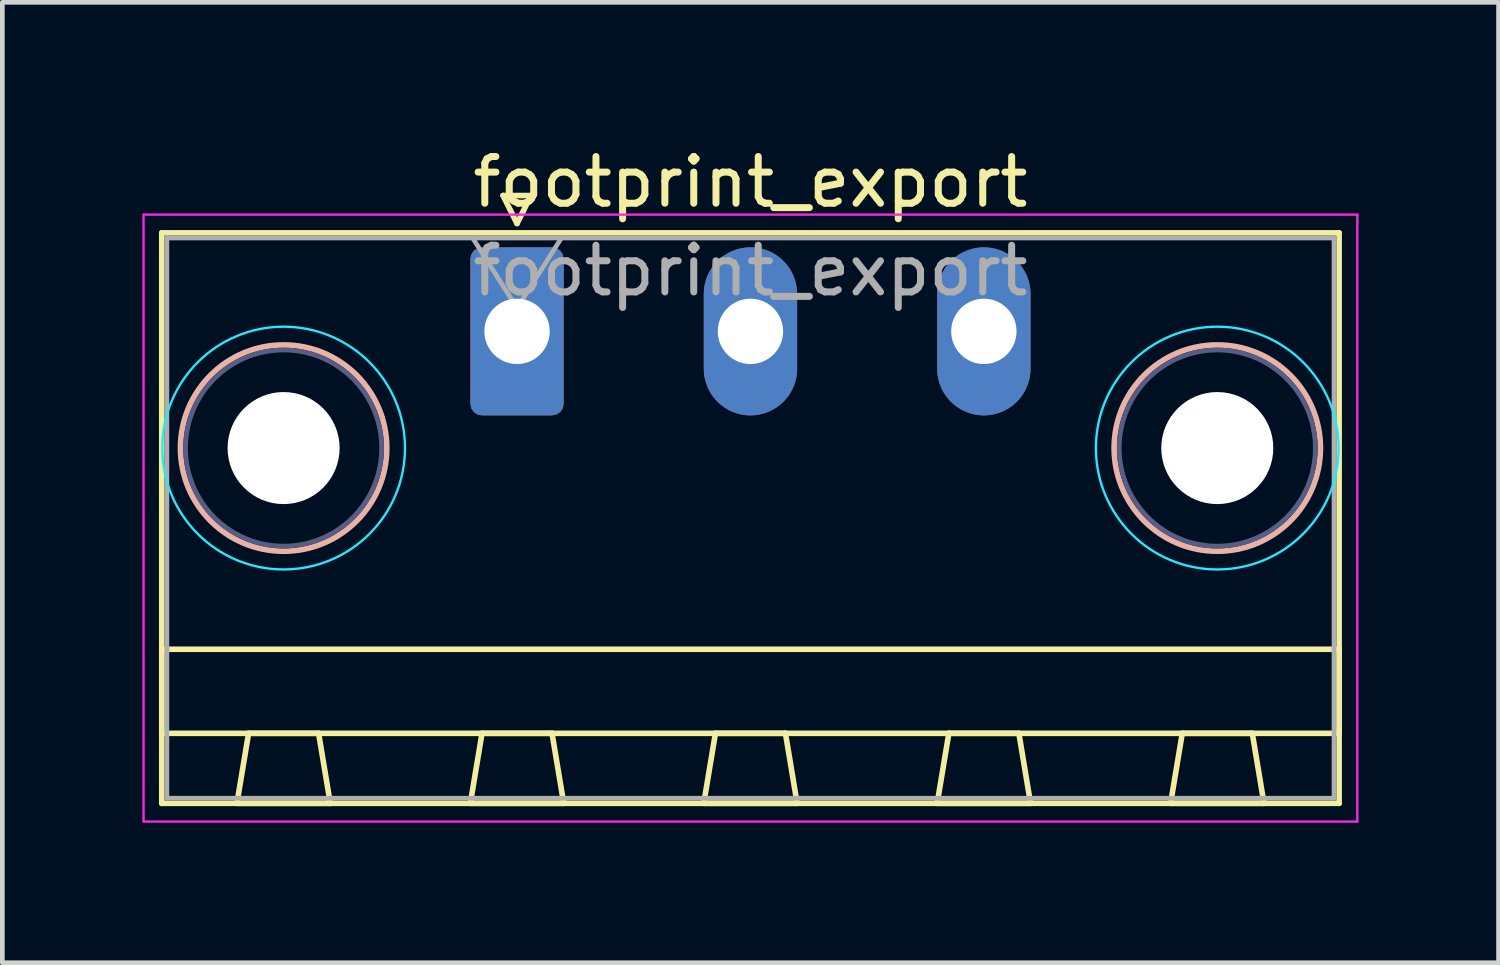
<source format=kicad_pcb>
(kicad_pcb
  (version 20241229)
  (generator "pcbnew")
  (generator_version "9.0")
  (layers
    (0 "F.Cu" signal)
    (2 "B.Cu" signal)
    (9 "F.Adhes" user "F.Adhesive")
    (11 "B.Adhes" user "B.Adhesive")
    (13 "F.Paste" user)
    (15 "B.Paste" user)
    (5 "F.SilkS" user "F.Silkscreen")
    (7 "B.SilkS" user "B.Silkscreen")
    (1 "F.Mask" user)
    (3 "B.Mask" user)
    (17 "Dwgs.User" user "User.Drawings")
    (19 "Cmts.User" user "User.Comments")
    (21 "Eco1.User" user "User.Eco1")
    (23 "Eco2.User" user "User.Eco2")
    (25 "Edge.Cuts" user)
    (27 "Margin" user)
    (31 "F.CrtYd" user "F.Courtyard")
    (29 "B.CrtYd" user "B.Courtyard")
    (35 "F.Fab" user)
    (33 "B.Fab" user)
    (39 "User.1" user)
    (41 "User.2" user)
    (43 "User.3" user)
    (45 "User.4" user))
  (footprint "footprint_export"
    (layer "F.Cu")
    (at 8.025 4.048)
    (property "Reference" "footprint_export" (at 5 -3.2 0) (layer "F.SilkS") (effects (font (size 1 1) (thickness 0.15))))
    (attr through_hole)
    (fp_line (start -7.61 -2.11) (end -7.61 10.11) (stroke (width 0.12) (type solid)) (layer "F.SilkS"))
    (fp_line (start -7.61 6.81) (end 17.61 6.81) (stroke (width 0.12) (type solid)) (layer "F.SilkS"))
    (fp_line (start -7.61 8.61) (end -7.61 6.81) (stroke (width 0.12) (type solid)) (layer "F.SilkS"))
    (fp_line (start -7.61 10.11) (end 17.61 10.11) (stroke (width 0.12) (type solid)) (layer "F.SilkS"))
    (fp_line (start -6 10.11) (end -4 10.11) (stroke (width 0.12) (type solid)) (layer "F.SilkS"))
    (fp_line (start -5.75 8.61) (end -6 10.11) (stroke (width 0.12) (type solid)) (layer "F.SilkS"))
    (fp_line (start -4.25 8.61) (end -5.75 8.61) (stroke (width 0.12) (type solid)) (layer "F.SilkS"))
    (fp_line (start -4 10.11) (end -4.25 8.61) (stroke (width 0.12) (type solid)) (layer "F.SilkS"))
    (fp_line (start -1 10.11) (end 1 10.11) (stroke (width 0.12) (type solid)) (layer "F.SilkS"))
    (fp_line (start -0.75 8.61) (end -1 10.11) (stroke (width 0.12) (type solid)) (layer "F.SilkS"))
    (fp_line (start -0.3 -2.91) (end 0.3 -2.91) (stroke (width 0.12) (type solid)) (layer "F.SilkS"))
    (fp_line (start 0 -2.31) (end -0.3 -2.91) (stroke (width 0.12) (type solid)) (layer "F.SilkS"))
    (fp_line (start 0.3 -2.91) (end 0 -2.31) (stroke (width 0.12) (type solid)) (layer "F.SilkS"))
    (fp_line (start 0.75 8.61) (end -0.75 8.61) (stroke (width 0.12) (type solid)) (layer "F.SilkS"))
    (fp_line (start 1 10.11) (end 0.75 8.61) (stroke (width 0.12) (type solid)) (layer "F.SilkS"))
    (fp_line (start 4 10.11) (end 6 10.11) (stroke (width 0.12) (type solid)) (layer "F.SilkS"))
    (fp_line (start 4.25 8.61) (end 4 10.11) (stroke (width 0.12) (type solid)) (layer "F.SilkS"))
    (fp_line (start 5.75 8.61) (end 4.25 8.61) (stroke (width 0.12) (type solid)) (layer "F.SilkS"))
    (fp_line (start 6 10.11) (end 5.75 8.61) (stroke (width 0.12) (type solid)) (layer "F.SilkS"))
    (fp_line (start 9 10.11) (end 11 10.11) (stroke (width 0.12) (type solid)) (layer "F.SilkS"))
    (fp_line (start 9.25 8.61) (end 9 10.11) (stroke (width 0.12) (type solid)) (layer "F.SilkS"))
    (fp_line (start 10.75 8.61) (end 9.25 8.61) (stroke (width 0.12) (type solid)) (layer "F.SilkS"))
    (fp_line (start 11 10.11) (end 10.75 8.61) (stroke (width 0.12) (type solid)) (layer "F.SilkS"))
    (fp_line (start 14 10.11) (end 16 10.11) (stroke (width 0.12) (type solid)) (layer "F.SilkS"))
    (fp_line (start 14.25 8.61) (end 14 10.11) (stroke (width 0.12) (type solid)) (layer "F.SilkS"))
    (fp_line (start 15.75 8.61) (end 14.25 8.61) (stroke (width 0.12) (type solid)) (layer "F.SilkS"))
    (fp_line (start 16 10.11) (end 15.75 8.61) (stroke (width 0.12) (type solid)) (layer "F.SilkS"))
    (fp_line (start 17.61 -2.11) (end -7.61 -2.11) (stroke (width 0.12) (type solid)) (layer "F.SilkS"))
    (fp_line (start 17.61 6.81) (end 17.61 8.61) (stroke (width 0.12) (type solid)) (layer "F.SilkS"))
    (fp_line (start 17.61 8.61) (end -7.61 8.61) (stroke (width 0.12) (type solid)) (layer "F.SilkS"))
    (fp_line (start 17.61 10.11) (end 17.61 -2.11) (stroke (width 0.12) (type solid)) (layer "F.SilkS"))
    (fp_circle (center -5 2.5) (end -2.79 2.5) (stroke (width 0.12) (type solid)) (fill no) (layer "B.SilkS"))
    (fp_circle (center 15 2.5) (end 17.21 2.5) (stroke (width 0.12) (type solid)) (fill no) (layer "B.SilkS"))
    (fp_circle (center -5 2.5) (end -2.4 2.5) (stroke (width 0.05) (type solid)) (fill no) (layer "B.CrtYd"))
    (fp_circle (center 15 2.5) (end 17.6 2.5) (stroke (width 0.05) (type solid)) (fill no) (layer "B.CrtYd"))
    (fp_line (start -8 -2.5) (end -8 10.5) (stroke (width 0.05) (type solid)) (layer "F.CrtYd"))
    (fp_line (start -8 10.5) (end 18 10.5) (stroke (width 0.05) (type solid)) (layer "F.CrtYd"))
    (fp_line (start 18 -2.5) (end -8 -2.5) (stroke (width 0.05) (type solid)) (layer "F.CrtYd"))
    (fp_line (start 18 10.5) (end 18 -2.5) (stroke (width 0.05) (type solid)) (layer "F.CrtYd"))
    (fp_circle (center -5 2.5) (end -2.9 2.5) (stroke (width 0.1) (type solid)) (fill no) (layer "B.Fab"))
    (fp_circle (center 15 2.5) (end 17.1 2.5) (stroke (width 0.1) (type solid)) (fill no) (layer "B.Fab"))
    (fp_line (start -7.5 -2) (end -7.5 10) (stroke (width 0.1) (type solid)) (layer "F.Fab"))
    (fp_line (start -7.5 10) (end 17.5 10) (stroke (width 0.1) (type solid)) (layer "F.Fab"))
    (fp_line (start 0 -0.5) (end -0.95 -2) (stroke (width 0.1) (type solid)) (layer "F.Fab"))
    (fp_line (start 0.95 -2) (end 0 -0.5) (stroke (width 0.1) (type solid)) (layer "F.Fab"))
    (fp_line (start 17.5 -2) (end -7.5 -2) (stroke (width 0.1) (type solid)) (layer "F.Fab"))
    (fp_line (start 17.5 10) (end 17.5 -2) (stroke (width 0.1) (type solid)) (layer "F.Fab"))
    (fp_text user "${REFERENCE}" (at 5 -1.3 0) (layer "F.Fab") (effects (font (size 1 1) (thickness 0.15))))
    (pad "" np_thru_hole circle (at -5 2.5) (size 2.4 2.4) (drill 2.4) (layers "*.Cu" "*.Mask"))
    (pad "" np_thru_hole circle (at 15 2.5) (size 2.4 2.4) (drill 2.4) (layers "*.Cu" "*.Mask"))
    (pad "1" thru_hole roundrect (at 0 0) (size 2 3.6) (drill 1.4) (layers "*.Cu" "*.Mask") (roundrect_rratio 0.125))
    (pad "2" thru_hole oval (at 5 0) (size 2 3.6) (drill 1.4) (layers "*.Cu" "*.Mask"))
    (pad "3" thru_hole oval (at 10 0) (size 2 3.6) (drill 1.4) (layers "*.Cu" "*.Mask")))
  (gr_rect
    (start -3 -3)
    (end 29.05 17.573)
    (stroke (width 0.1) (type default))
    (fill no)
    (layer "Edge.Cuts")))
</source>
